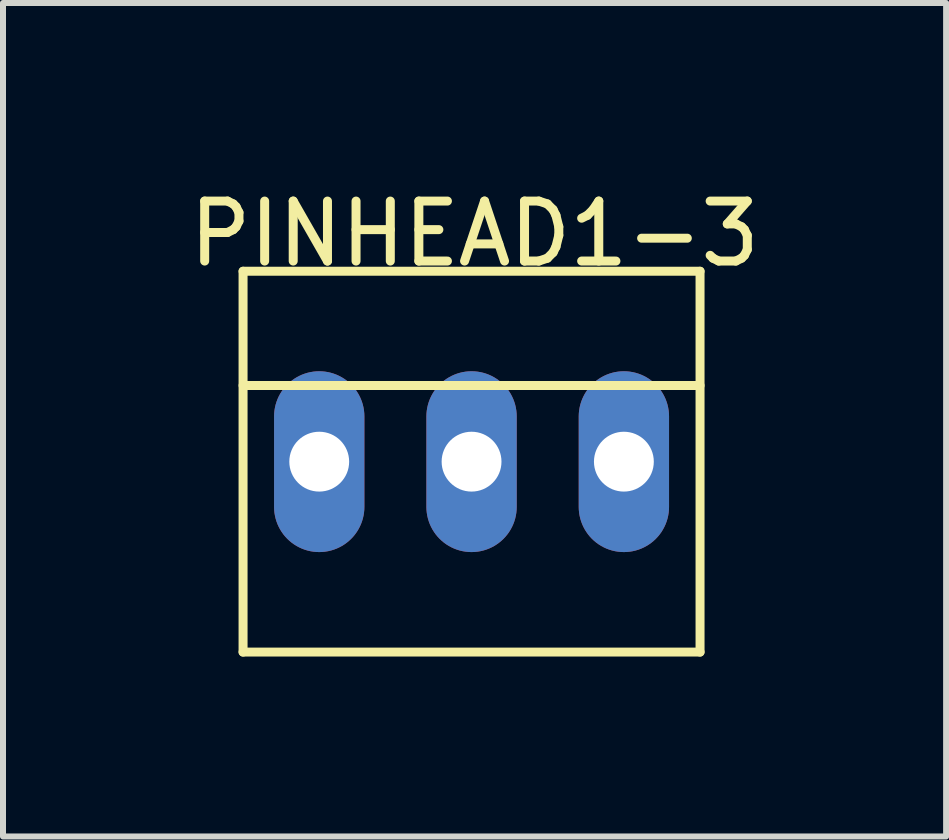
<source format=kicad_pcb>
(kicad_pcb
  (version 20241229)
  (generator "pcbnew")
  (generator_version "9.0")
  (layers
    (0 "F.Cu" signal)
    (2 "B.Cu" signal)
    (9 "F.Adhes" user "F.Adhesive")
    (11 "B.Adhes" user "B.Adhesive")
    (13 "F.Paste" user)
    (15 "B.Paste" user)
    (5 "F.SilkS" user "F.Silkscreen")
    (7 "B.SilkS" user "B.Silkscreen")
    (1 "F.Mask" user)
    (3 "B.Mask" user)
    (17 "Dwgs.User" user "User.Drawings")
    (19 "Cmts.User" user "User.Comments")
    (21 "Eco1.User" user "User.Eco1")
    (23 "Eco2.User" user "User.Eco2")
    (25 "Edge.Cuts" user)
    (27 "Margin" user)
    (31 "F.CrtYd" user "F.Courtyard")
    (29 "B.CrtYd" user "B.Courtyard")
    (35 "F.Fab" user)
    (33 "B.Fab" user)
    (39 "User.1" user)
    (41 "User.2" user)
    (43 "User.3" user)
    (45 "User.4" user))
  (footprint "PINHEAD1-3"
    (layer "F.Cu")
    (at 4.813 4.648)
    (property "Reference" "PINHEAD1-3" (at 0.05 -3.8 0) (layer "F.SilkS") (effects (font (size 1 1) (thickness 0.15))))
    (attr exclude_from_pos_files exclude_from_bom)
    (fp_line (start -3.81 -3.175) (end -3.81 3.175) (stroke (width 0.15) (type solid)) (layer "F.SilkS"))
    (fp_line (start -3.81 -3.175) (end 3.81 -3.175) (stroke (width 0.15) (type solid)) (layer "F.SilkS"))
    (fp_line (start 3.81 -3.175) (end 3.81 3.175) (stroke (width 0.15) (type solid)) (layer "F.SilkS"))
    (fp_line (start 3.81 -1.27) (end -3.81 -1.27) (stroke (width 0.15) (type solid)) (layer "F.SilkS"))
    (fp_line (start 3.81 3.175) (end -3.81 3.175) (stroke (width 0.15) (type solid)) (layer "F.SilkS"))
    (pad "1" thru_hole oval (at -2.54 0) (size 1.506 3.015) (drill 0.998) (layers "*.Cu" "*.Mask"))
    (pad "2" thru_hole oval (at 0 0) (size 1.506 3.015) (drill 0.998) (layers "*.Cu" "*.Mask"))
    (pad "3" thru_hole oval (at 2.54 0) (size 1.506 3.015) (drill 0.998) (layers "*.Cu" "*.Mask")))
  (gr_rect
    (start -3 -3)
    (end 12.726 10.898)
    (stroke (width 0.1) (type default))
    (fill no)
    (layer "Edge.Cuts")))
</source>
